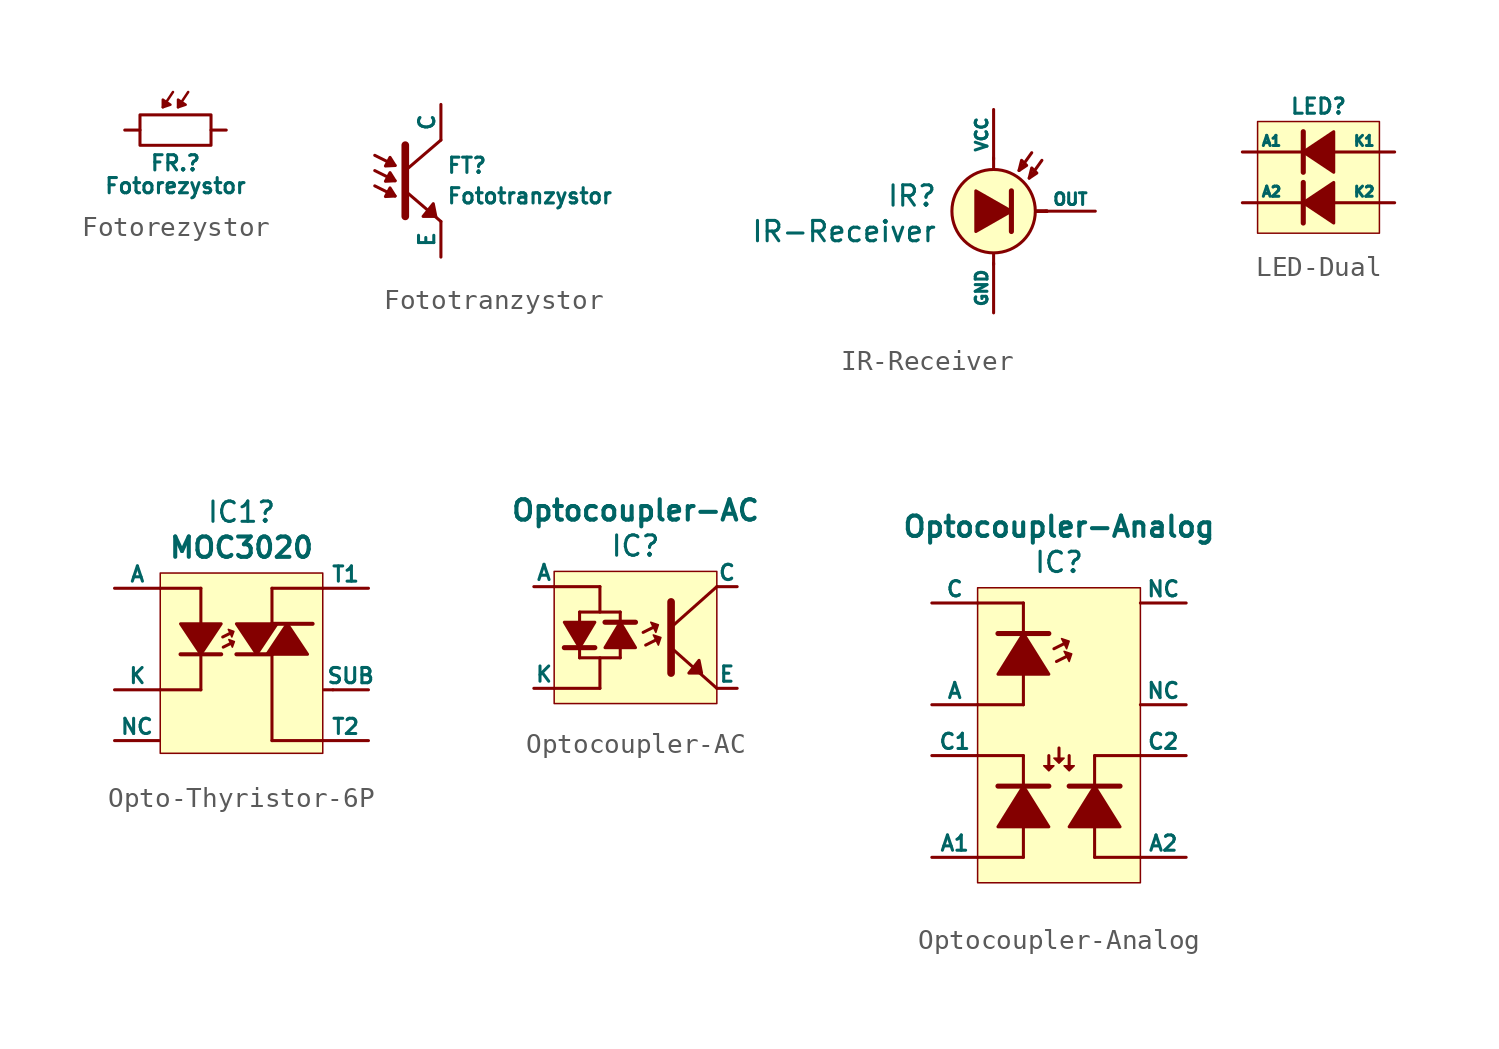
<source format=kicad_sym>
(kicad_symbol_lib
  (version 20231120)
  (generator "kicad_symbol_editor")
  (generator_version "8.0")
  (symbol "Fotorezystor"
    (pin_numbers hide)
    (pin_names
      (offset 0) hide)
    (property "Reference" "FR."
      (at 0 -1.651 0)
      (effects (font (size 0.762 0.762))))
    (property "Value" "Fotorezystor"
      (at 0 -2.794 0)
      (effects (font (size 0.762 0.762))))
    (symbol "Fotorezystor_0_1"
      (rectangle (start -1.778 0.762) (end 1.778 -0.762) (stroke (width 0) (type solid)) (fill (type none)))
      (polyline (pts (xy -0.127 1.905) (xy -0.635 1.143)) (stroke (width 0.127) (type solid)) (fill (type none)))
      (polyline (pts (xy 0.635 1.905) (xy 0.127 1.143)) (stroke (width 0.127) (type solid)) (fill (type none)))
      (polyline (pts (xy -0.635 1.143) (xy -0.635 1.524) (xy -0.254 1.27) (xy -0.635 1.143)) (stroke (width 0.127) (type solid)) (fill (type outline)))
      (polyline (pts (xy 0.127 1.143) (xy 0.127 1.524) (xy 0.508 1.27) (xy 0.127 1.143)) (stroke (width 0.127) (type solid)) (fill (type outline))))
    (symbol "Fotorezystor_1_1"
      (pin passive line (at -2.54 0 0) (length 0.762) (name "1" (effects (font (size 0.508 0.508)))) (number "1" (effects (font (size 0.508 0.508)))))
      (pin passive line (at 2.54 0 180) (length 0.762) (name "2" (effects (font (size 0.508 0.508)))) (number "2" (effects (font (size 0.508 0.508)))))))
  (symbol "Fototranzystor"
    (pin_numbers hide)
    (pin_names
      (offset 0))
    (property "Reference" "FT"
      (at 1.524 0.762 0)
      (effects (font (size 0.762 0.762)) (justify left)))
    (property "Value" "Fototranzystor"
      (at 1.524 -0.762 0)
      (effects (font (size 0.762 0.762)) (justify left)))
    (symbol "Fototranzystor_0_1"
      (polyline (pts (xy -1.016 -0.762) (xy -2.032 -0.254)) (stroke (width 0) (type solid)) (fill (type none)))
      (polyline (pts (xy -1.016 0) (xy -2.032 0.508)) (stroke (width 0) (type solid)) (fill (type none)))
      (polyline (pts (xy -1.016 0.762) (xy -2.032 1.27)) (stroke (width 0) (type solid)) (fill (type none)))
      (polyline (pts (xy -0.508 1.778) (xy -0.508 -1.778)) (stroke (width 0.381) (type solid)) (fill (type none)))
      (polyline (pts (xy 1.27 -2.032) (xy -0.508 -0.508)) (stroke (width 0) (type solid)) (fill (type none)))
      (polyline (pts (xy 1.27 2.032) (xy -0.508 0.508)) (stroke (width 0) (type solid)) (fill (type none)))
      (polyline (pts (xy -1.016 -0.762) (xy -1.27 -0.356) (xy -1.499 -0.787) (xy -1.016 -0.762)) (stroke (width 0) (type solid)) (fill (type outline)))
      (polyline (pts (xy -1.016 0) (xy -1.27 0.406) (xy -1.499 -0.025) (xy -1.016 0)) (stroke (width 0) (type solid)) (fill (type outline)))
      (polyline (pts (xy -1.016 0.762) (xy -1.27 1.168) (xy -1.499 0.737) (xy -1.016 0.762)) (stroke (width 0) (type solid)) (fill (type outline)))
      (polyline (pts (xy 1.016 -1.778) (xy 0.889 -1.143) (xy 0.381 -1.778) (xy 1.016 -1.778)) (stroke (width 0) (type solid)) (fill (type outline))))
    (symbol "Fototranzystor_1_1"
      (pin passive line (at 1.27 3.81 270) (length 1.778) (name "C" (effects (font (size 0.762 0.762)))) (number "1" (effects (font (size 0.762 0.762)))))
      (pin passive line (at 1.27 -3.81 90) (length 1.778) (name "E" (effects (font (size 0.762 0.762)))) (number "2" (effects (font (size 0.762 0.762)))))))
  (symbol "IR-Receiver"
    (pin_numbers hide)
    (pin_names
      (offset 0))
    (property "Reference" "IR"
      (at -2.794 0.762 0)
      (effects (font (size 1.016 1.016)) (justify right)))
    (property "Value" "IR-Receiver"
      (at -2.794 -1.016 0)
      (effects (font (size 1.016 1.016)) (justify right)))
    (symbol "IR-Receiver_0_1"
      (polyline (pts (xy 0 -2.667) (xy 0 -2.159)) (stroke (width 0) (type solid)) (fill (type none)))
      (polyline (pts (xy 0 2.667) (xy 0 2.159)) (stroke (width 0) (type solid)) (fill (type none)))
      (polyline (pts (xy 2.159 0) (xy 2.667 0)) (stroke (width 0) (type solid)) (fill (type none)))
      (polyline (pts (xy 2.159 0) (xy 2.667 0)) (stroke (width 0) (type solid)) (fill (type none)))
      (polyline (pts (xy 2.159 0) (xy 2.667 0)) (stroke (width 0) (type solid)) (fill (type none)))
      (polyline (pts (xy 2.159 0) (xy 2.667 0)) (stroke (width 0) (type solid)) (fill (type none)))
      (polyline (pts (xy 0.889 1.016) (xy 0.889 0) (xy 0.889 -1.016)) (stroke (width 0.254) (type solid)) (fill (type none)))
      (polyline (pts (xy -0.889 1.016) (xy -0.889 -1.016) (xy 0.889 0) (xy -0.889 1.016)) (stroke (width 0) (type solid)) (fill (type outline)))
      (circle (center 0 0) (radius 2.083) (stroke (width 0) (type solid)) (fill (type background))))
    (symbol "IR-Receiver_1_1"
      (polyline (pts (xy 1.27 2.032) (xy 1.905 2.921)) (stroke (width 0) (type solid)) (fill (type none)))
      (polyline (pts (xy 1.778 1.651) (xy 2.413 2.54)) (stroke (width 0) (type solid)) (fill (type none)))
      (polyline (pts (xy 1.27 2.032) (xy 1.651 2.286) (xy 1.397 2.54) (xy 1.27 2.032)) (stroke (width 0) (type solid)) (fill (type none)))
      (polyline (pts (xy 1.778 1.651) (xy 2.159 1.905) (xy 1.905 2.159) (xy 1.778 1.651)) (stroke (width 0) (type solid)) (fill (type none)))
      (pin power_in line (at 0 -5.08 90) (length 2.489) (name "GND" (effects (font (size 0.584 0.584)))) (number "1" (effects (font (size 0.762 0.762)))))
      (pin input line (at 0 5.08 270) (length 2.489) (name "VCC" (effects (font (size 0.584 0.584)))) (number "2" (effects (font (size 0.762 0.762)))))
      (pin output line (at 5.08 0 180) (length 2.489) (name "OUT" (effects (font (size 0.584 0.584)))) (number "3" (effects (font (size 0.762 0.762)))))))
  (symbol "LED-Dual"
    (pin_numbers hide)
    (pin_names
      (offset 0))
    (property "Reference" "LED"
      (at 0 3.556 0)
      (effects (font (size 0.762 0.762))))
    (symbol "LED-Dual_0_1"
      (rectangle (start -3.048 2.794) (end 3.048 -2.794) (stroke (width 0.076) (type solid)) (fill (type background)))
      (polyline (pts (xy -0.762 -2.286) (xy -0.762 -0.254)) (stroke (width 0.254) (type solid)) (fill (type none)))
      (polyline (pts (xy -0.762 0.254) (xy -0.762 2.286)) (stroke (width 0.254) (type solid)) (fill (type none)))
      (polyline (pts (xy -0.762 -1.27) (xy 0.762 -0.254) (xy 0.762 -2.286) (xy -0.762 -1.27)) (stroke (width 0) (type solid)) (fill (type outline)))
      (polyline (pts (xy -0.762 1.27) (xy 0.762 2.286) (xy 0.762 0.254) (xy -0.762 1.27)) (stroke (width 0) (type solid)) (fill (type outline))))
    (symbol "LED-Dual_1_1"
      (pin input line (at -3.81 1.27 0) (length 2.921) (name "A1" (effects (font (size 0.508 0.508)))) (number "1" (effects (font (size 0.508 0.508)))))
      (pin input line (at 3.81 1.27 180) (length 3.048) (name "K1" (effects (font (size 0.508 0.508)))) (number "2" (effects (font (size 0.508 0.508)))))
      (pin input line (at -3.81 -1.27 0) (length 2.921) (name "A2" (effects (font (size 0.508 0.508)))) (number "3" (effects (font (size 0.508 0.508)))))
      (pin input line (at 3.81 -1.27 180) (length 3.048) (name "K2" (effects (font (size 0.508 0.508)))) (number "4" (effects (font (size 0.508 0.508)))))))
  (symbol "Opto-Thyristor-6P"
    (pin_numbers hide)
    (pin_names
      (offset 0))
    (property "Reference" "IC1"
      (at 0 6.35 0)
      (effects (font (size 1.016 1.016))))
    (property "Value" "MOC3020"
      (at 0 4.572 0)
      (effects (font (size 1.016 1.016) (bold yes))))
    (symbol "Opto-Thyristor-6P_0_1"
      (rectangle (start -4.064 3.302) (end 4.064 -5.715) (stroke (width 0.076) (type solid)) (fill (type background)))
      (polyline (pts (xy -4.064 -2.54) (xy -2.032 -2.54)) (stroke (width 0) (type solid)) (fill (type none)))
      (polyline (pts (xy -4.064 2.54) (xy -2.032 2.54)) (stroke (width 0) (type solid)) (fill (type none)))
      (polyline (pts (xy -2.032 -0.762) (xy -2.032 -2.54)) (stroke (width 0) (type solid)) (fill (type none)))
      (polyline (pts (xy -2.032 0.762) (xy -2.032 2.54)) (stroke (width 0) (type solid)) (fill (type none)))
      (polyline (pts (xy -0.94 0.102) (xy -0.584 0.279)) (stroke (width 0) (type solid)) (fill (type none)))
      (polyline (pts (xy -0.914 -0.406) (xy -0.559 -0.229)) (stroke (width 0) (type solid)) (fill (type none)))
      (polyline (pts (xy 1.524 -5.08) (xy 1.524 -0.762)) (stroke (width 0) (type solid)) (fill (type none)))
      (polyline (pts (xy 1.524 -5.08) (xy 4.064 -5.08)) (stroke (width 0) (type solid)) (fill (type none)))
      (polyline (pts (xy 1.524 0.762) (xy 1.524 2.54)) (stroke (width 0) (type solid)) (fill (type none)))
      (polyline (pts (xy 1.524 2.54) (xy 4.064 2.54)) (stroke (width 0) (type solid)) (fill (type none)))
      (polyline (pts (xy 4.572 -2.54) (xy 4.115 -2.54)) (stroke (width 0) (type default)) (fill (type none)))
      (polyline (pts (xy -1.016 0.762) (xy -2.032 -0.762) (xy -3.048 0.762) (xy -1.016 0.762)) (stroke (width 0) (type solid)) (fill (type outline)))
      (polyline (pts (xy -0.381 0.381) (xy -0.66 0.483) (xy -0.483 0.102) (xy -0.381 0.381)) (stroke (width 0.076) (type solid)) (fill (type outline)))
      (polyline (pts (xy -0.356 -0.127) (xy -0.635 -0.025) (xy -0.457 -0.406) (xy -0.356 -0.127)) (stroke (width 0.076) (type solid)) (fill (type outline)))
      (polyline (pts (xy 1.27 -0.762) (xy 2.286 0.762) (xy 3.302 -0.762) (xy 1.27 -0.762)) (stroke (width 0) (type solid)) (fill (type outline)))
      (polyline (pts (xy 1.778 0.762) (xy 0.762 -0.762) (xy -0.254 0.762) (xy 1.778 0.762)) (stroke (width 0) (type solid)) (fill (type outline))))
    (symbol "Opto-Thyristor-6P_1_1"
      (polyline (pts (xy -3.048 -0.762) (xy -1.016 -0.762)) (stroke (width 0.203) (type solid)) (fill (type none)))
      (polyline (pts (xy -0.254 -0.762) (xy 1.524 -0.762)) (stroke (width 0.203) (type solid)) (fill (type none)))
      (polyline (pts (xy 1.524 0.762) (xy 3.556 0.762)) (stroke (width 0.203) (type solid)) (fill (type none)))
      (pin passive line (at -6.35 2.54 0) (length 2.286) (name "A" (effects (font (size 0.762 0.762)))) (number "1" (effects (font (size 0.762 0.762)))))
      (pin passive line (at -6.35 -2.54 0) (length 2.286) (name "K" (effects (font (size 0.762 0.762)))) (number "2" (effects (font (size 0.762 0.762)))))
      (pin passive line (at -6.35 -5.08 0) (length 2.235) (name "NC" (effects (font (size 0.762 0.762)))) (number "3" (effects (font (size 0.762 0.762)))))
      (pin passive line (at 6.35 -5.08 180) (length 2.286) (name "T2" (effects (font (size 0.762 0.762)))) (number "4" (effects (font (size 0.762 0.762)))))
      (pin passive line (at 6.35 -2.54 180) (length 1.778) (name "SUB" (effects (font (size 0.762 0.762)))) (number "5" (effects (font (size 0.762 0.762)))))
      (pin passive line (at 6.35 2.54 180) (length 2.286) (name "T1" (effects (font (size 0.762 0.762)))) (number "6" (effects (font (size 0.762 0.762)))))))
  (symbol "Optocoupler-AC"
    (pin_numbers hide)
    (pin_names
      (offset 0))
    (property "Reference" "IC"
      (at 0 4.572 0)
      (effects (font (size 1.016 1.016))))
    (property "Value" "Optocoupler-AC"
      (at 0 6.35 0)
      (effects (font (size 1.016 1.016) (bold yes))))
    (symbol "Optocoupler-AC_0_1"
      (rectangle (start -4.064 3.302) (end 4.064 -3.302) (stroke (width 0.076) (type solid)) (fill (type background)))
      (polyline (pts (xy -4.064 -2.54) (xy -1.778 -2.54)) (stroke (width 0) (type solid)) (fill (type none)))
      (polyline (pts (xy -4.064 2.54) (xy -1.778 2.54)) (stroke (width 0) (type solid)) (fill (type none)))
      (polyline (pts (xy -3.556 -0.508) (xy -2.032 -0.508)) (stroke (width 0.254) (type solid)) (fill (type none)))
      (polyline (pts (xy -2.794 1.27) (xy -2.794 -1.016)) (stroke (width 0) (type solid)) (fill (type none)))
      (polyline (pts (xy -1.778 -1.016) (xy -1.778 -2.54)) (stroke (width 0) (type solid)) (fill (type none)))
      (polyline (pts (xy -1.778 1.27) (xy -1.778 2.54)) (stroke (width 0) (type solid)) (fill (type none)))
      (polyline (pts (xy -0.762 -1.016) (xy -2.794 -1.016)) (stroke (width 0) (type solid)) (fill (type none)))
      (polyline (pts (xy -0.762 1.27) (xy -2.794 1.27)) (stroke (width 0) (type solid)) (fill (type none)))
      (polyline (pts (xy -0.762 1.27) (xy -0.762 -1.016)) (stroke (width 0) (type solid)) (fill (type none)))
      (polyline (pts (xy 0 0.762) (xy -1.524 0.762)) (stroke (width 0.254) (type solid)) (fill (type none)))
      (polyline (pts (xy 0.381 0.254) (xy 0.889 0.508)) (stroke (width 0) (type solid)) (fill (type none)))
      (polyline (pts (xy 0.508 -0.381) (xy 1.016 -0.127)) (stroke (width 0) (type solid)) (fill (type none)))
      (polyline (pts (xy 1.778 1.778) (xy 1.778 -1.778)) (stroke (width 0.381) (type solid)) (fill (type none)))
      (polyline (pts (xy 4.064 -2.54) (xy 1.778 -0.508)) (stroke (width 0) (type solid)) (fill (type none)))
      (polyline (pts (xy 4.064 2.54) (xy 1.778 0.508)) (stroke (width 0) (type solid)) (fill (type none)))
      (polyline (pts (xy -2.032 0.762) (xy -2.794 -0.508) (xy -3.556 0.762) (xy -2.032 0.762)) (stroke (width 0) (type solid)) (fill (type outline)))
      (polyline (pts (xy -1.524 -0.508) (xy -0.762 0.762) (xy 0 -0.508) (xy -1.524 -0.508)) (stroke (width 0) (type solid)) (fill (type outline)))
      (polyline (pts (xy 1.143 0.635) (xy 0.762 0.762) (xy 1.016 0.254) (xy 1.143 0.635)) (stroke (width 0.076) (type solid)) (fill (type outline)))
      (polyline (pts (xy 1.27 0) (xy 0.889 0.127) (xy 1.143 -0.381) (xy 1.27 0)) (stroke (width 0.076) (type solid)) (fill (type outline)))
      (polyline (pts (xy 3.302 -1.778) (xy 3.175 -1.143) (xy 2.667 -1.778) (xy 3.302 -1.778)) (stroke (width 0) (type solid)) (fill (type outline))))
    (symbol "Optocoupler-AC_1_1"
      (pin passive line (at -5.08 2.54 0) (length 1.016) (name "A" (effects (font (size 0.762 0.762)))) (number "1" (effects (font (size 0.762 0.762)))))
      (pin passive line (at -5.08 -2.54 0) (length 1.016) (name "K" (effects (font (size 0.762 0.762)))) (number "2" (effects (font (size 0.762 0.762)))))
      (pin passive line (at 5.08 -2.54 180) (length 1.016) (name "E" (effects (font (size 0.762 0.762)))) (number "3" (effects (font (size 0.762 0.762)))))
      (pin passive line (at 5.08 2.54 180) (length 1.016) (name "C" (effects (font (size 0.762 0.762)))) (number "4" (effects (font (size 0.762 0.762)))))))
  (symbol "Optocoupler-Analog"
    (pin_numbers hide)
    (pin_names
      (offset 0))
    (property "Reference" "IC"
      (at 0 8.382 0)
      (effects (font (size 1.016 1.016))))
    (property "Value" "Optocoupler-Analog"
      (at 0 10.16 0)
      (effects (font (size 1.016 1.016) (bold yes))))
    (symbol "Optocoupler-Analog_0_1"
      (rectangle (start -4.064 7.112) (end 4.064 -7.62) (stroke (width 0.076) (type solid)) (fill (type background)))
      (polyline (pts (xy -4.064 -6.35) (xy -1.778 -6.35)) (stroke (width 0) (type solid)) (fill (type none)))
      (polyline (pts (xy -4.064 -1.27) (xy -1.778 -1.27)) (stroke (width 0) (type solid)) (fill (type none)))
      (polyline (pts (xy -4.064 1.27) (xy -1.778 1.27)) (stroke (width 0) (type solid)) (fill (type none)))
      (polyline (pts (xy -4.064 6.35) (xy -1.778 6.35)) (stroke (width 0) (type solid)) (fill (type none)))
      (polyline (pts (xy -1.778 -4.826) (xy -1.778 -6.35)) (stroke (width 0) (type solid)) (fill (type none)))
      (polyline (pts (xy -1.778 -2.794) (xy -1.778 -1.27)) (stroke (width 0) (type solid)) (fill (type none)))
      (polyline (pts (xy -1.778 2.794) (xy -1.778 1.27)) (stroke (width 0) (type solid)) (fill (type none)))
      (polyline (pts (xy -1.778 4.826) (xy -1.778 6.35)) (stroke (width 0) (type solid)) (fill (type none)))
      (polyline (pts (xy -0.508 -2.794) (xy -3.048 -2.794)) (stroke (width 0.254) (type solid)) (fill (type none)))
      (polyline (pts (xy -0.508 4.826) (xy -3.048 4.826)) (stroke (width 0.254) (type solid)) (fill (type none)))
      (polyline (pts (xy -0.254 4.064) (xy 0.254 4.318)) (stroke (width 0) (type solid)) (fill (type none)))
      (polyline (pts (xy -0.127 3.429) (xy 0.381 3.683)) (stroke (width 0) (type solid)) (fill (type none)))
      (polyline (pts (xy 0.508 -2.794) (xy 3.048 -2.794)) (stroke (width 0.254) (type solid)) (fill (type none)))
      (polyline (pts (xy 1.778 -4.826) (xy 1.778 -6.35)) (stroke (width 0) (type solid)) (fill (type none)))
      (polyline (pts (xy 1.778 -2.794) (xy 1.778 -1.27)) (stroke (width 0) (type solid)) (fill (type none)))
      (polyline (pts (xy 4.064 -6.35) (xy 1.778 -6.35)) (stroke (width 0) (type solid)) (fill (type none)))
      (polyline (pts (xy 4.064 -1.27) (xy 1.778 -1.27)) (stroke (width 0) (type solid)) (fill (type none)))
      (polyline (pts (xy -3.048 -4.826) (xy -1.778 -2.794) (xy -0.508 -4.826) (xy -3.048 -4.826)) (stroke (width 0) (type solid)) (fill (type outline)))
      (polyline (pts (xy -3.048 2.794) (xy -1.778 4.826) (xy -0.508 2.794) (xy -3.048 2.794)) (stroke (width 0) (type solid)) (fill (type outline)))
      (polyline (pts (xy 0.508 4.445) (xy 0.127 4.572) (xy 0.381 4.064) (xy 0.508 4.445)) (stroke (width 0.076) (type solid)) (fill (type outline)))
      (polyline (pts (xy 0.635 3.81) (xy 0.254 3.937) (xy 0.508 3.429) (xy 0.635 3.81)) (stroke (width 0.076) (type solid)) (fill (type outline)))
      (polyline (pts (xy 3.048 -4.826) (xy 1.778 -2.794) (xy 0.508 -4.826) (xy 3.048 -4.826)) (stroke (width 0) (type solid)) (fill (type outline))))
    (symbol "Optocoupler-Analog_1_1"
      (polyline (pts (xy -0.508 -1.27) (xy -0.508 -1.778)) (stroke (width 0) (type default)) (fill (type none)))
      (polyline (pts (xy 0 -0.889) (xy 0 -1.397)) (stroke (width 0) (type default)) (fill (type none)))
      (polyline (pts (xy 0.508 -1.27) (xy 0.508 -1.778)) (stroke (width 0) (type default)) (fill (type none)))
      (polyline (pts (xy -0.508 -2.032) (xy -0.762 -1.778) (xy -0.254 -1.778) (xy -0.508 -2.032)) (stroke (width 0.076) (type default)) (fill (type outline)))
      (polyline (pts (xy 0 -1.651) (xy -0.254 -1.397) (xy 0.254 -1.397) (xy 0 -1.651)) (stroke (width 0.076) (type default)) (fill (type outline)))
      (polyline (pts (xy 0.508 -2.032) (xy 0.254 -1.778) (xy 0.762 -1.778) (xy 0.508 -2.032)) (stroke (width 0.076) (type default)) (fill (type outline)))
      (pin passive line (at -6.35 6.35 0) (length 2.286) (name "C" (effects (font (size 0.762 0.762)))) (number "1" (effects (font (size 0.762 0.762)))))
      (pin passive line (at -6.35 1.27 0) (length 2.286) (name "A" (effects (font (size 0.762 0.762)))) (number "2" (effects (font (size 0.762 0.762)))))
      (pin passive line (at -6.35 -1.27 0) (length 2.286) (name "C1" (effects (font (size 0.762 0.762)))) (number "3" (effects (font (size 0.762 0.762)))))
      (pin passive line (at -6.35 -6.35 0) (length 2.286) (name "A1" (effects (font (size 0.762 0.762)))) (number "4" (effects (font (size 0.762 0.762)))))
      (pin passive line (at 6.35 -6.35 180) (length 2.286) (name "A2" (effects (font (size 0.762 0.762)))) (number "5" (effects (font (size 0.762 0.762)))))
      (pin passive line (at 6.35 -1.27 180) (length 2.286) (name "C2" (effects (font (size 0.762 0.762)))) (number "6" (effects (font (size 0.762 0.762)))))
      (pin passive line (at 6.35 1.27 180) (length 2.286) (name "NC" (effects (font (size 0.762 0.762)))) (number "7" (effects (font (size 0.762 0.762)))))
      (pin passive line (at 6.35 6.35 180) (length 2.286) (name "NC" (effects (font (size 0.762 0.762)))) (number "8" (effects (font (size 0.762 0.762))))))))
</source>
